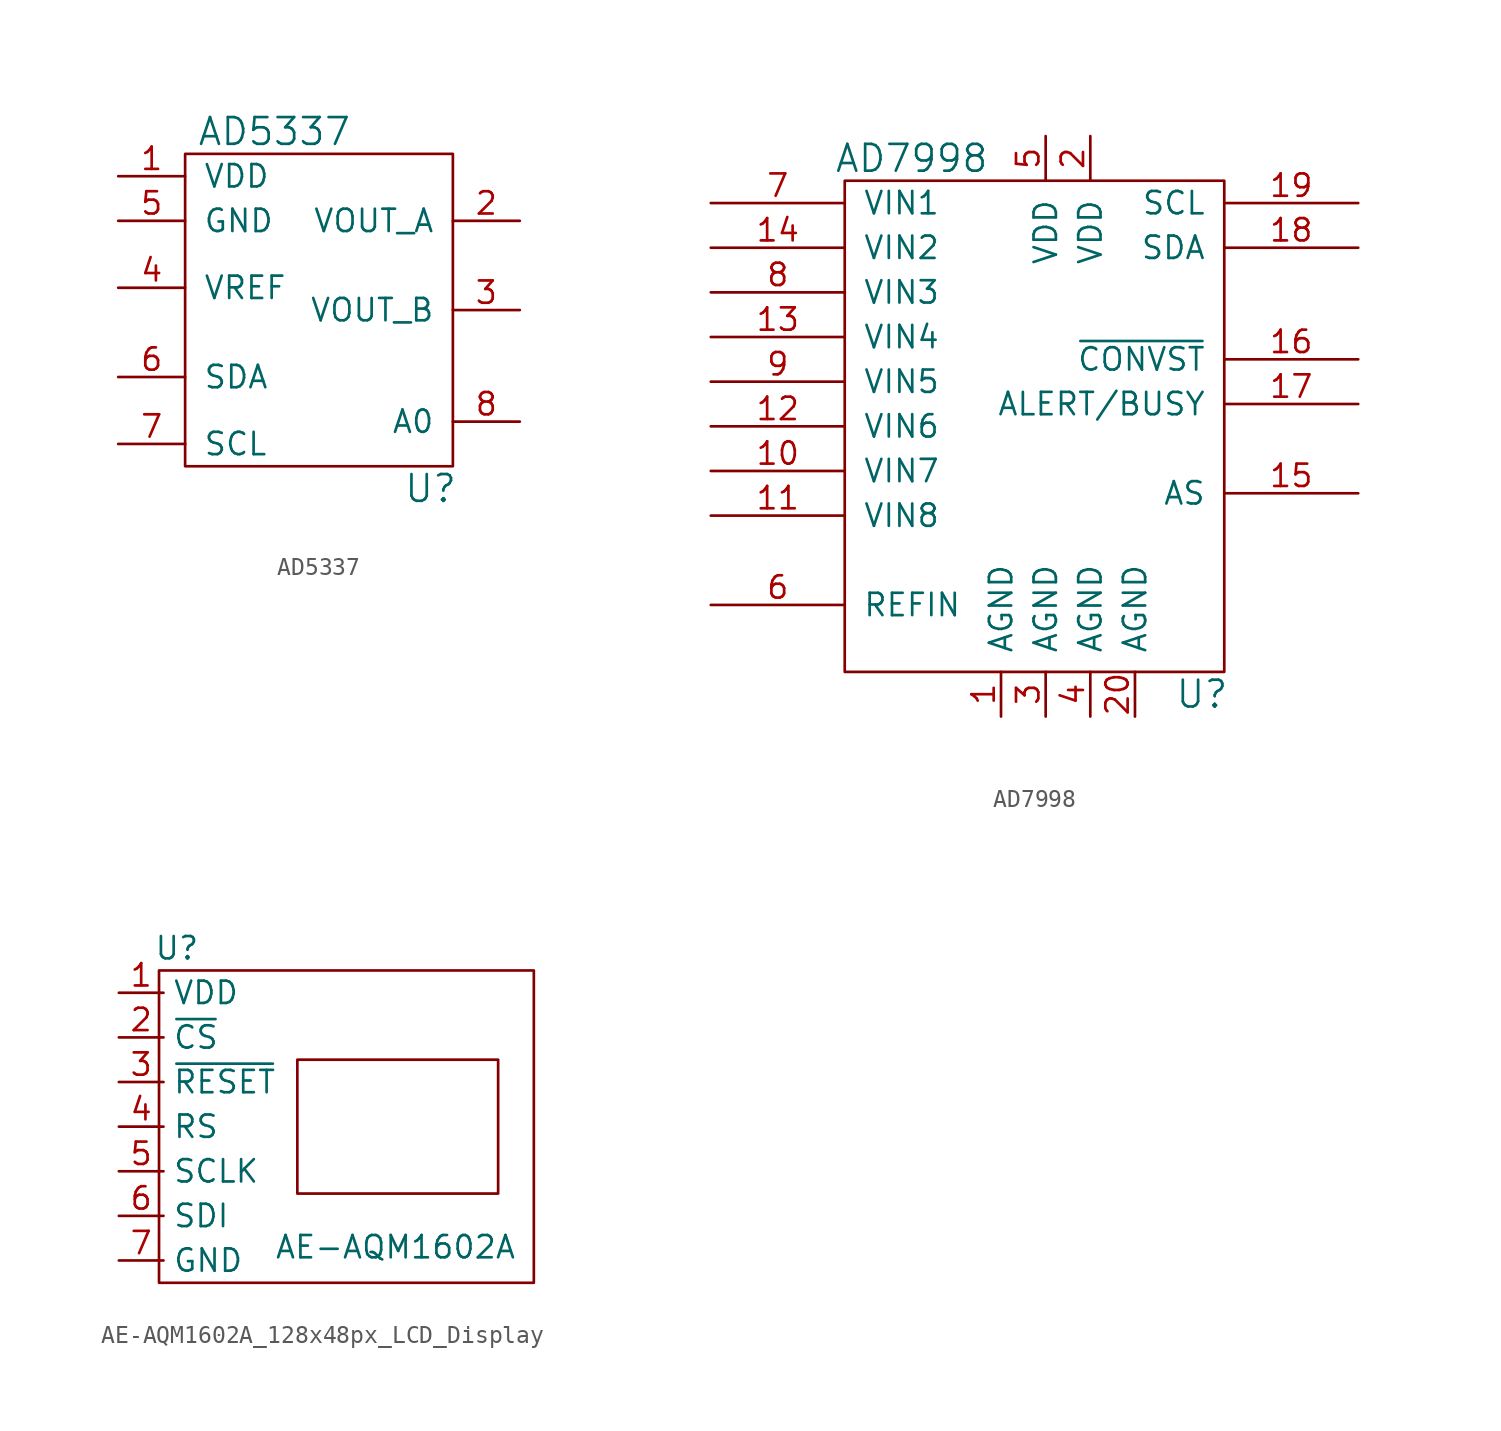
<source format=kicad_sym>
(kicad_symbol_lib
  (version 20231120)
  (generator "kicad_symbol_editor")
  (generator_version "8.0")
  (symbol "AD5337"
    (pin_names
      (offset 1.016))
    (property "Reference" "U"
      (at 6.35 -11.43 0)
      (effects (font (size 1.524 1.524))))
    (property "Value" "AD5337"
      (at -2.54 8.89 0)
      (effects (font (size 1.524 1.524))))
    (property "Footprint" ""
      (at -6.35 6.35 0)
      (effects (font (size 1.524 1.524))))
    (property "Datasheet" ""
      (at -6.35 6.35 0)
      (effects (font (size 1.524 1.524))))
    (symbol "AD5337_0_1"
      (rectangle (start 7.62 7.62) (end -7.62 -10.16) (stroke (width 0) (type default)) (fill (type none)))
      (pin input line (at 11.43 -1.27 180) (length 3.81) (name "VOUT_B" (effects (font (size 1.27 1.27)))) (number "3" (effects (font (size 1.27 1.27))))))
    (symbol "AD5337_1_1"
      (pin input line (at -11.43 6.35 0) (length 3.81) (name "VDD" (effects (font (size 1.27 1.27)))) (number "1" (effects (font (size 1.27 1.27)))))
      (pin input line (at 11.43 3.81 180) (length 3.81) (name "VOUT_A" (effects (font (size 1.27 1.27)))) (number "2" (effects (font (size 1.27 1.27)))))
      (pin input line (at -11.43 0 0) (length 3.81) (name "VREF" (effects (font (size 1.27 1.27)))) (number "4" (effects (font (size 1.27 1.27)))))
      (pin input line (at -11.43 3.81 0) (length 3.81) (name "GND" (effects (font (size 1.27 1.27)))) (number "5" (effects (font (size 1.27 1.27)))))
      (pin input line (at -11.43 -5.08 0) (length 3.81) (name "SDA" (effects (font (size 1.27 1.27)))) (number "6" (effects (font (size 1.27 1.27)))))
      (pin input line (at -11.43 -8.89 0) (length 3.81) (name "SCL" (effects (font (size 1.27 1.27)))) (number "7" (effects (font (size 1.27 1.27)))))
      (pin input line (at 11.43 -7.62 180) (length 3.81) (name "A0" (effects (font (size 1.27 1.27)))) (number "8" (effects (font (size 1.27 1.27)))))))
  (symbol "AD7998"
    (pin_names
      (offset 1.016))
    (property "Reference" "U"
      (at 17.78 -26.67 0)
      (effects (font (size 1.524 1.524))))
    (property "Value" "AD7998"
      (at 1.27 3.81 0)
      (effects (font (size 1.524 1.524))))
    (property "Footprint" ""
      (at 26.67 -8.89 0)
      (effects (font (size 1.524 1.524))))
    (property "Datasheet" ""
      (at 26.67 -8.89 0)
      (effects (font (size 1.524 1.524))))
    (symbol "AD7998_0_1"
      (rectangle (start -2.54 2.54) (end 19.05 -25.4) (stroke (width 0) (type default)) (fill (type none))))
    (symbol "AD7998_1_1"
      (pin input line (at 6.35 -27.94 90) (length 2.54) (name "AGND" (effects (font (size 1.27 1.27)))) (number "1" (effects (font (size 1.27 1.27)))))
      (pin input line (at -10.16 -13.97 0) (length 7.62) (name "VIN7" (effects (font (size 1.27 1.27)))) (number "10" (effects (font (size 1.27 1.27)))))
      (pin input line (at -10.16 -16.51 0) (length 7.62) (name "VIN8" (effects (font (size 1.27 1.27)))) (number "11" (effects (font (size 1.27 1.27)))))
      (pin input line (at -10.16 -11.43 0) (length 7.62) (name "VIN6" (effects (font (size 1.27 1.27)))) (number "12" (effects (font (size 1.27 1.27)))))
      (pin input line (at -10.16 -6.35 0) (length 7.62) (name "VIN4" (effects (font (size 1.27 1.27)))) (number "13" (effects (font (size 1.27 1.27)))))
      (pin input line (at -10.16 -1.27 0) (length 7.62) (name "VIN2" (effects (font (size 1.27 1.27)))) (number "14" (effects (font (size 1.27 1.27)))))
      (pin input line (at 26.67 -15.24 180) (length 7.62) (name "AS" (effects (font (size 1.27 1.27)))) (number "15" (effects (font (size 1.27 1.27)))))
      (pin input line (at 26.67 -7.62 180) (length 7.62) (name "~{CONVST}" (effects (font (size 1.27 1.27)))) (number "16" (effects (font (size 1.27 1.27)))))
      (pin input line (at 26.67 -10.16 180) (length 7.62) (name "ALERT/BUSY" (effects (font (size 1.27 1.27)))) (number "17" (effects (font (size 1.27 1.27)))))
      (pin input line (at 26.67 -1.27 180) (length 7.62) (name "SDA" (effects (font (size 1.27 1.27)))) (number "18" (effects (font (size 1.27 1.27)))))
      (pin input line (at 26.67 1.27 180) (length 7.62) (name "SCL" (effects (font (size 1.27 1.27)))) (number "19" (effects (font (size 1.27 1.27)))))
      (pin input line (at 11.43 5.08 270) (length 2.54) (name "VDD" (effects (font (size 1.27 1.27)))) (number "2" (effects (font (size 1.27 1.27)))))
      (pin input line (at 13.97 -27.94 90) (length 2.54) (name "AGND" (effects (font (size 1.27 1.27)))) (number "20" (effects (font (size 1.27 1.27)))))
      (pin input line (at 8.89 -27.94 90) (length 2.54) (name "AGND" (effects (font (size 1.27 1.27)))) (number "3" (effects (font (size 1.27 1.27)))))
      (pin input line (at 11.43 -27.94 90) (length 2.54) (name "AGND" (effects (font (size 1.27 1.27)))) (number "4" (effects (font (size 1.27 1.27)))))
      (pin input line (at 8.89 5.08 270) (length 2.54) (name "VDD" (effects (font (size 1.27 1.27)))) (number "5" (effects (font (size 1.27 1.27)))))
      (pin input line (at -10.16 -21.59 0) (length 7.62) (name "REFIN" (effects (font (size 1.27 1.27)))) (number "6" (effects (font (size 1.27 1.27)))))
      (pin input line (at -10.16 1.27 0) (length 7.62) (name "VIN1" (effects (font (size 1.27 1.27)))) (number "7" (effects (font (size 1.27 1.27)))))
      (pin input line (at -10.16 -3.81 0) (length 7.62) (name "VIN3" (effects (font (size 1.27 1.27)))) (number "8" (effects (font (size 1.27 1.27)))))
      (pin input line (at -10.16 -8.89 0) (length 7.62) (name "VIN5" (effects (font (size 1.27 1.27)))) (number "9" (effects (font (size 1.27 1.27)))))))
  (symbol "AE-AQM1602A_128x48px_LCD_Display"
    (property "Reference" "U"
      (at 3.302 2.54 0)
      (effects (font (size 1.27 1.27))))
    (property "Value" "AE-AQM1602A"
      (at 15.748 -14.478 0)
      (effects (font (size 1.27 1.27))))
    (symbol "AE-AQM1602A_128x48px_LCD_Display_0_1"
      (polyline (pts (xy 10.16 -3.81) (xy 10.16 -11.43) (xy 21.59 -11.43) (xy 21.59 -3.81) (xy 10.16 -3.81)) (stroke (width 0) (type default)) (fill (type none)))
      (rectangle (start 2.286 1.27) (end 23.622 -16.51) (stroke (width 0) (type default)) (fill (type none))))
    (symbol "AE-AQM1602A_128x48px_LCD_Display_1_1"
      (pin power_in line (at 0 0 0) (length 2.54) (name "VDD" (effects (font (size 1.27 1.27)))) (number "1" (effects (font (size 1.27 1.27)))))
      (pin input line (at 0 -2.54 0) (length 2.54) (name "~{CS}" (effects (font (size 1.27 1.27)))) (number "2" (effects (font (size 1.27 1.27)))))
      (pin input line (at 0 -5.08 0) (length 2.54) (name "~{RESET}" (effects (font (size 1.27 1.27)))) (number "3" (effects (font (size 1.27 1.27)))))
      (pin input line (at 0 -7.62 0) (length 2.54) (name "RS" (effects (font (size 1.27 1.27)))) (number "4" (effects (font (size 1.27 1.27)))))
      (pin input line (at 0 -10.16 0) (length 2.54) (name "SCLK" (effects (font (size 1.27 1.27)))) (number "5" (effects (font (size 1.27 1.27)))))
      (pin input line (at 0 -12.7 0) (length 2.54) (name "SDI" (effects (font (size 1.27 1.27)))) (number "6" (effects (font (size 1.27 1.27)))))
      (pin power_in line (at 0 -15.24 0) (length 2.54) (name "GND" (effects (font (size 1.27 1.27)))) (number "7" (effects (font (size 1.27 1.27))))))))
</source>
